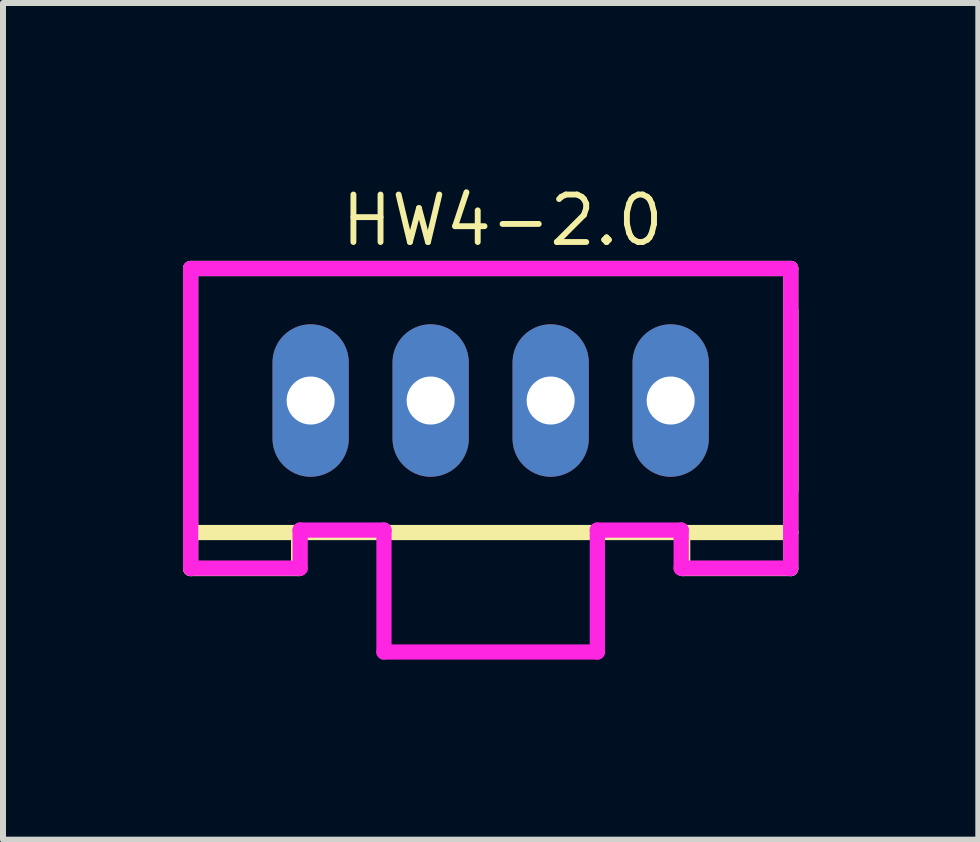
<source format=kicad_pcb>
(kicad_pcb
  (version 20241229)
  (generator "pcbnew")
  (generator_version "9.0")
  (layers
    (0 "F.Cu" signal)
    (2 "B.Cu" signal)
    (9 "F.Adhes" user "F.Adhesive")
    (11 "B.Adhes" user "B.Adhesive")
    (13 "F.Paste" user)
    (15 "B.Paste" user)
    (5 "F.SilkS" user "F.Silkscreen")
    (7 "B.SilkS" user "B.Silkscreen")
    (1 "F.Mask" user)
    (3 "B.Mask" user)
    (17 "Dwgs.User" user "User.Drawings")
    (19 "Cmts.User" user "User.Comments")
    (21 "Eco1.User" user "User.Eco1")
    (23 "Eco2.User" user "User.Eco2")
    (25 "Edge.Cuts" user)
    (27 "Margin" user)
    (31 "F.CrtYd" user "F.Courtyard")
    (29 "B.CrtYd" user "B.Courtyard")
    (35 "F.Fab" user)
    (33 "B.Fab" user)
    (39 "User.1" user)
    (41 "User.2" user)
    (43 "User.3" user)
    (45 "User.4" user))
  (footprint "HW4-2.0"
    (layer "F.Cu")
    (at 5.127 3.625)
    (property "Reference" "HW4-2.0" (at -2.54 -2.54 0) (layer "F.SilkS") (effects (font (size 0.791 0.791) (thickness 0.098)) (justify left bottom)))
    (fp_line (start -5 -2.2) (end -5 2.2) (stroke (width 0.254) (type solid)) (layer "F.SilkS"))
    (fp_line (start -5 -2.2) (end 5 -2.2) (stroke (width 0.254) (type solid)) (layer "F.SilkS"))
    (fp_line (start -5 -1) (end -5 1) (stroke (width 0.127) (type solid)) (layer "F.SilkS"))
    (fp_line (start -5 2.2) (end -5 2.8) (stroke (width 0.254) (type solid)) (layer "F.SilkS"))
    (fp_line (start -5 2.2) (end -3.2 2.2) (stroke (width 0.254) (type solid)) (layer "F.SilkS"))
    (fp_line (start -5 2.8) (end -3.2 2.8) (stroke (width 0.254) (type solid)) (layer "F.SilkS"))
    (fp_line (start -3.2 2.2) (end 3.2 2.2) (stroke (width 0.254) (type solid)) (layer "F.SilkS"))
    (fp_line (start -3.2 2.8) (end -3.2 2.2) (stroke (width 0.254) (type solid)) (layer "F.SilkS"))
    (fp_line (start 3.2 2.2) (end 3.2 2.8) (stroke (width 0.254) (type solid)) (layer "F.SilkS"))
    (fp_line (start 3.2 2.2) (end 5 2.2) (stroke (width 0.254) (type solid)) (layer "F.SilkS"))
    (fp_line (start 3.2 2.8) (end 5 2.8) (stroke (width 0.254) (type solid)) (layer "F.SilkS"))
    (fp_line (start 5 -1.5) (end 5 1.5) (stroke (width 0.254) (type solid)) (layer "F.SilkS"))
    (fp_line (start 5 2.2) (end 5 -2.2) (stroke (width 0.254) (type solid)) (layer "F.SilkS"))
    (fp_line (start 5 2.8) (end 5 2.2) (stroke (width 0.254) (type solid)) (layer "F.SilkS"))
    (fp_line (start -5 -2.2) (end 5 -2.2) (stroke (width 0.254) (type solid)) (layer "F.CrtYd"))
    (fp_line (start -5 2.8) (end -5 -2.2) (stroke (width 0.254) (type solid)) (layer "F.CrtYd"))
    (fp_line (start -4.953 2.794) (end -3.175 2.794) (stroke (width 0.254) (type solid)) (layer "F.CrtYd"))
    (fp_line (start -3.175 2.159) (end -1.778 2.159) (stroke (width 0.254) (type solid)) (layer "F.CrtYd"))
    (fp_line (start -3.175 2.794) (end -3.175 2.159) (stroke (width 0.254) (type solid)) (layer "F.CrtYd"))
    (fp_line (start -1.778 2.159) (end -1.778 4.191) (stroke (width 0.254) (type solid)) (layer "F.CrtYd"))
    (fp_line (start -1.778 4.191) (end 1.778 4.191) (stroke (width 0.254) (type solid)) (layer "F.CrtYd"))
    (fp_line (start 1.778 2.159) (end 3.175 2.159) (stroke (width 0.254) (type solid)) (layer "F.CrtYd"))
    (fp_line (start 1.778 4.191) (end 1.778 2.159) (stroke (width 0.254) (type solid)) (layer "F.CrtYd"))
    (fp_line (start 3.175 2.159) (end 3.175 2.794) (stroke (width 0.254) (type solid)) (layer "F.CrtYd"))
    (fp_line (start 3.175 2.794) (end 4.953 2.794) (stroke (width 0.254) (type solid)) (layer "F.CrtYd"))
    (fp_line (start 5 -2.2) (end 5 2.8) (stroke (width 0.254) (type solid)) (layer "F.CrtYd"))
    (pad "1" thru_hole oval (at -3 0 90) (size 2.54 1.27) (drill 0.8) (layers "*.Cu" "*.Mask"))
    (pad "2" thru_hole oval (at -1 0 90) (size 2.54 1.27) (drill 0.8) (layers "*.Cu" "*.Mask"))
    (pad "3" thru_hole oval (at 1 0 90) (size 2.54 1.27) (drill 0.8) (layers "*.Cu" "*.Mask"))
    (pad "4" thru_hole oval (at 3 0 90) (size 2.54 1.27) (drill 0.8) (layers "*.Cu" "*.Mask")))
  (gr_rect
    (start -3 -3)
    (end 13.254 10.943)
    (stroke (width 0.1) (type default))
    (fill no)
    (layer "Edge.Cuts")))
</source>
